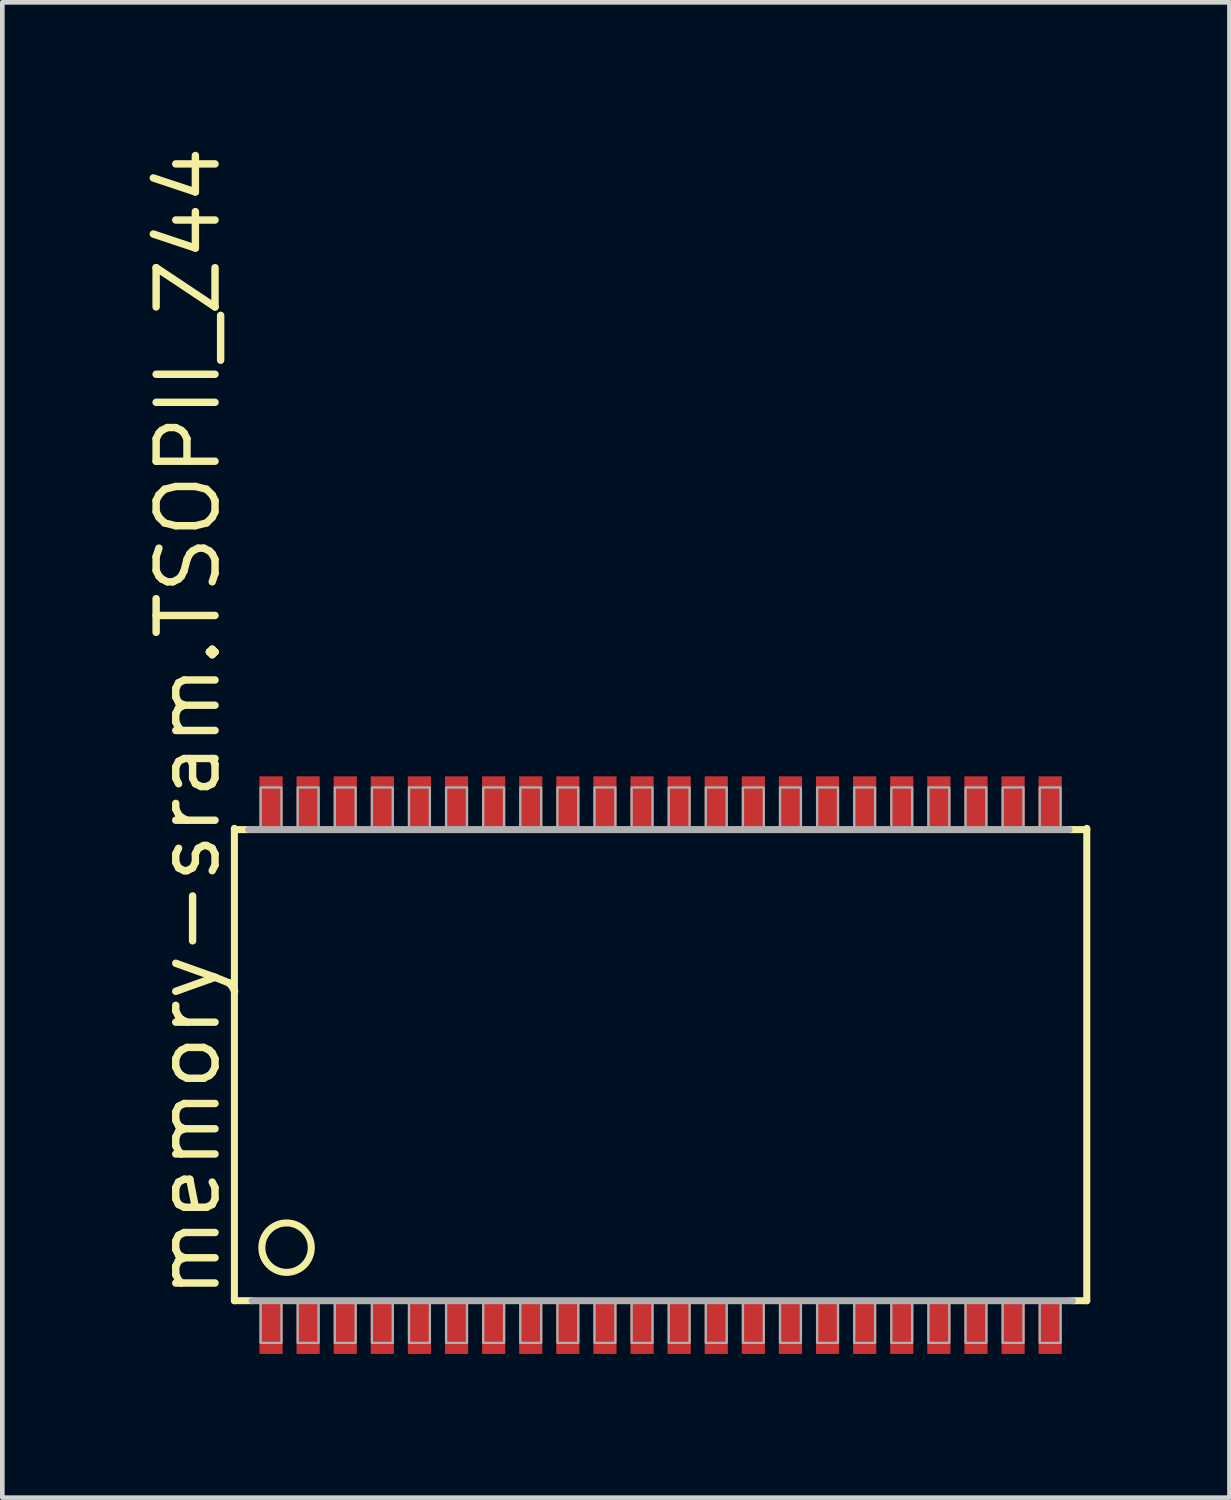
<source format=kicad_pcb>
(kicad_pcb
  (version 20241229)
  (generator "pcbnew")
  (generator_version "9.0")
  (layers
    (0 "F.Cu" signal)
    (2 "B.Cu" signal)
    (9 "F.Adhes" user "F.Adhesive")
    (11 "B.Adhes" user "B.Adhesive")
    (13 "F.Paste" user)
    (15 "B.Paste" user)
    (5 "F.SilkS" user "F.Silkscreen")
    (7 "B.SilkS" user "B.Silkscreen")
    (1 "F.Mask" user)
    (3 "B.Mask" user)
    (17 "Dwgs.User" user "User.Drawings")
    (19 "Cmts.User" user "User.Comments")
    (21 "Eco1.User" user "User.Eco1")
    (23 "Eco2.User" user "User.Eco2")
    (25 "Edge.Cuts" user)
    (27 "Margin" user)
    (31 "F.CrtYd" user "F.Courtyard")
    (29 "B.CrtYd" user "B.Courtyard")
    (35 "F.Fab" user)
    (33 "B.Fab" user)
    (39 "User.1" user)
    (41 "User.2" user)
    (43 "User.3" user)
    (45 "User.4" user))
  (footprint "memory-sram.TSOPII_Z44"
    (layer "F.Cu")
    (at 11.194 19.917)
    (property "Reference" "memory-sram.TSOPII_Z44" (at -9.444 5.105 90) (layer "F.SilkS") (effects (font (size 1.27 1.27) (thickness 0.16)) (justify left bottom)))
    (attr smd)
    (fp_rect (start -8.725 -4.975) (end -8.075 -6.3) (stroke (width 0.05) (type default)) (fill yes) (layer "F.Mask"))
    (fp_rect (start -8.725 6.3) (end -8.075 4.975) (stroke (width 0.05) (type default)) (fill yes) (layer "F.Mask"))
    (fp_rect (start -7.925 -4.975) (end -7.275 -6.3) (stroke (width 0.05) (type default)) (fill yes) (layer "F.Mask"))
    (fp_rect (start -7.925 6.3) (end -7.275 4.975) (stroke (width 0.05) (type default)) (fill yes) (layer "F.Mask"))
    (fp_rect (start -7.125 -4.975) (end -6.475 -6.3) (stroke (width 0.05) (type default)) (fill yes) (layer "F.Mask"))
    (fp_rect (start -7.125 6.3) (end -6.475 4.975) (stroke (width 0.05) (type default)) (fill yes) (layer "F.Mask"))
    (fp_rect (start -6.325 -4.975) (end -5.675 -6.3) (stroke (width 0.05) (type default)) (fill yes) (layer "F.Mask"))
    (fp_rect (start -6.325 6.3) (end -5.675 4.975) (stroke (width 0.05) (type default)) (fill yes) (layer "F.Mask"))
    (fp_rect (start -5.525 -4.975) (end -4.875 -6.3) (stroke (width 0.05) (type default)) (fill yes) (layer "F.Mask"))
    (fp_rect (start -5.525 6.3) (end -4.875 4.975) (stroke (width 0.05) (type default)) (fill yes) (layer "F.Mask"))
    (fp_rect (start -4.725 -4.975) (end -4.075 -6.3) (stroke (width 0.05) (type default)) (fill yes) (layer "F.Mask"))
    (fp_rect (start -4.725 6.3) (end -4.075 4.975) (stroke (width 0.05) (type default)) (fill yes) (layer "F.Mask"))
    (fp_rect (start -3.925 -4.975) (end -3.275 -6.3) (stroke (width 0.05) (type default)) (fill yes) (layer "F.Mask"))
    (fp_rect (start -3.925 6.3) (end -3.275 4.975) (stroke (width 0.05) (type default)) (fill yes) (layer "F.Mask"))
    (fp_rect (start -3.125 -4.975) (end -2.475 -6.3) (stroke (width 0.05) (type default)) (fill yes) (layer "F.Mask"))
    (fp_rect (start -3.125 6.3) (end -2.475 4.975) (stroke (width 0.05) (type default)) (fill yes) (layer "F.Mask"))
    (fp_rect (start -2.325 -4.975) (end -1.675 -6.3) (stroke (width 0.05) (type default)) (fill yes) (layer "F.Mask"))
    (fp_rect (start -2.325 6.3) (end -1.675 4.975) (stroke (width 0.05) (type default)) (fill yes) (layer "F.Mask"))
    (fp_rect (start -1.525 -4.975) (end -0.875 -6.3) (stroke (width 0.05) (type default)) (fill yes) (layer "F.Mask"))
    (fp_rect (start -1.525 6.3) (end -0.875 4.975) (stroke (width 0.05) (type default)) (fill yes) (layer "F.Mask"))
    (fp_rect (start -0.725 -4.975) (end -0.075 -6.3) (stroke (width 0.05) (type default)) (fill yes) (layer "F.Mask"))
    (fp_rect (start -0.725 6.3) (end -0.075 4.975) (stroke (width 0.05) (type default)) (fill yes) (layer "F.Mask"))
    (fp_rect (start 0.075 -4.975) (end 0.725 -6.3) (stroke (width 0.05) (type default)) (fill yes) (layer "F.Mask"))
    (fp_rect (start 0.075 6.3) (end 0.725 4.975) (stroke (width 0.05) (type default)) (fill yes) (layer "F.Mask"))
    (fp_rect (start 0.875 -4.975) (end 1.525 -6.3) (stroke (width 0.05) (type default)) (fill yes) (layer "F.Mask"))
    (fp_rect (start 0.875 6.3) (end 1.525 4.975) (stroke (width 0.05) (type default)) (fill yes) (layer "F.Mask"))
    (fp_rect (start 1.675 -4.975) (end 2.325 -6.3) (stroke (width 0.05) (type default)) (fill yes) (layer "F.Mask"))
    (fp_rect (start 1.675 6.3) (end 2.325 4.975) (stroke (width 0.05) (type default)) (fill yes) (layer "F.Mask"))
    (fp_rect (start 2.475 -4.975) (end 3.125 -6.3) (stroke (width 0.05) (type default)) (fill yes) (layer "F.Mask"))
    (fp_rect (start 2.475 6.3) (end 3.125 4.975) (stroke (width 0.05) (type default)) (fill yes) (layer "F.Mask"))
    (fp_rect (start 3.275 -4.975) (end 3.925 -6.3) (stroke (width 0.05) (type default)) (fill yes) (layer "F.Mask"))
    (fp_rect (start 3.275 6.3) (end 3.925 4.975) (stroke (width 0.05) (type default)) (fill yes) (layer "F.Mask"))
    (fp_rect (start 4.075 -4.975) (end 4.725 -6.3) (stroke (width 0.05) (type default)) (fill yes) (layer "F.Mask"))
    (fp_rect (start 4.075 6.3) (end 4.725 4.975) (stroke (width 0.05) (type default)) (fill yes) (layer "F.Mask"))
    (fp_rect (start 4.875 -4.975) (end 5.525 -6.3) (stroke (width 0.05) (type default)) (fill yes) (layer "F.Mask"))
    (fp_rect (start 4.875 6.3) (end 5.525 4.975) (stroke (width 0.05) (type default)) (fill yes) (layer "F.Mask"))
    (fp_rect (start 5.675 -4.975) (end 6.325 -6.3) (stroke (width 0.05) (type default)) (fill yes) (layer "F.Mask"))
    (fp_rect (start 5.675 6.3) (end 6.325 4.975) (stroke (width 0.05) (type default)) (fill yes) (layer "F.Mask"))
    (fp_rect (start 6.475 -4.975) (end 7.125 -6.3) (stroke (width 0.05) (type default)) (fill yes) (layer "F.Mask"))
    (fp_rect (start 6.475 6.3) (end 7.125 4.975) (stroke (width 0.05) (type default)) (fill yes) (layer "F.Mask"))
    (fp_rect (start 7.275 -4.975) (end 7.925 -6.3) (stroke (width 0.05) (type default)) (fill yes) (layer "F.Mask"))
    (fp_rect (start 7.275 6.3) (end 7.925 4.975) (stroke (width 0.05) (type default)) (fill yes) (layer "F.Mask"))
    (fp_rect (start 8.075 -4.975) (end 8.725 -6.3) (stroke (width 0.05) (type default)) (fill yes) (layer "F.Mask"))
    (fp_rect (start 8.075 6.3) (end 8.725 4.975) (stroke (width 0.05) (type default)) (fill yes) (layer "F.Mask"))
    (fp_line (start -9.19 -5.106) (end -9.19 5.079) (stroke (width 0.152) (type default)) (layer "F.SilkS"))
    (fp_line (start -9.19 5.079) (end -8.807 5.079) (stroke (width 0.152) (type default)) (layer "F.SilkS"))
    (fp_line (start -9.189 -5.079) (end -8.882 -5.079) (stroke (width 0.152) (type default)) (layer "F.SilkS"))
    (fp_line (start 9.189 5.079) (end 8.882 5.079) (stroke (width 0.152) (type default)) (layer "F.SilkS"))
    (fp_line (start 9.189 5.079) (end 9.189 -5.106) (stroke (width 0.152) (type default)) (layer "F.SilkS"))
    (fp_line (start 9.19 -5.079) (end 8.807 -5.079) (stroke (width 0.152) (type default)) (layer "F.SilkS"))
    (fp_circle (center -8.065 3.935) (end -7.532 3.935) (stroke (width 0.152) (type default)) (fill no) (layer "F.SilkS"))
    (fp_rect (start -8.625 -5.05) (end -8.175 -6.175) (stroke (width 0.05) (type default)) (fill yes) (layer "F.Paste"))
    (fp_rect (start -8.625 6.175) (end -8.175 5.05) (stroke (width 0.05) (type default)) (fill yes) (layer "F.Paste"))
    (fp_rect (start -7.825 -5.05) (end -7.375 -6.175) (stroke (width 0.05) (type default)) (fill yes) (layer "F.Paste"))
    (fp_rect (start -7.825 6.175) (end -7.375 5.05) (stroke (width 0.05) (type default)) (fill yes) (layer "F.Paste"))
    (fp_rect (start -7.025 -5.05) (end -6.575 -6.175) (stroke (width 0.05) (type default)) (fill yes) (layer "F.Paste"))
    (fp_rect (start -7.025 6.175) (end -6.575 5.05) (stroke (width 0.05) (type default)) (fill yes) (layer "F.Paste"))
    (fp_rect (start -6.225 -5.05) (end -5.775 -6.175) (stroke (width 0.05) (type default)) (fill yes) (layer "F.Paste"))
    (fp_rect (start -6.225 6.175) (end -5.775 5.05) (stroke (width 0.05) (type default)) (fill yes) (layer "F.Paste"))
    (fp_rect (start -5.425 -5.05) (end -4.975 -6.175) (stroke (width 0.05) (type default)) (fill yes) (layer "F.Paste"))
    (fp_rect (start -5.425 6.175) (end -4.975 5.05) (stroke (width 0.05) (type default)) (fill yes) (layer "F.Paste"))
    (fp_rect (start -4.625 -5.05) (end -4.175 -6.175) (stroke (width 0.05) (type default)) (fill yes) (layer "F.Paste"))
    (fp_rect (start -4.625 6.175) (end -4.175 5.05) (stroke (width 0.05) (type default)) (fill yes) (layer "F.Paste"))
    (fp_rect (start -3.825 -5.05) (end -3.375 -6.175) (stroke (width 0.05) (type default)) (fill yes) (layer "F.Paste"))
    (fp_rect (start -3.825 6.175) (end -3.375 5.05) (stroke (width 0.05) (type default)) (fill yes) (layer "F.Paste"))
    (fp_rect (start -3.025 -5.05) (end -2.575 -6.175) (stroke (width 0.05) (type default)) (fill yes) (layer "F.Paste"))
    (fp_rect (start -3.025 6.175) (end -2.575 5.05) (stroke (width 0.05) (type default)) (fill yes) (layer "F.Paste"))
    (fp_rect (start -2.225 -5.05) (end -1.775 -6.175) (stroke (width 0.05) (type default)) (fill yes) (layer "F.Paste"))
    (fp_rect (start -2.225 6.175) (end -1.775 5.05) (stroke (width 0.05) (type default)) (fill yes) (layer "F.Paste"))
    (fp_rect (start -1.425 -5.05) (end -0.975 -6.175) (stroke (width 0.05) (type default)) (fill yes) (layer "F.Paste"))
    (fp_rect (start -1.425 6.175) (end -0.975 5.05) (stroke (width 0.05) (type default)) (fill yes) (layer "F.Paste"))
    (fp_rect (start -0.625 -5.05) (end -0.175 -6.175) (stroke (width 0.05) (type default)) (fill yes) (layer "F.Paste"))
    (fp_rect (start -0.625 6.175) (end -0.175 5.05) (stroke (width 0.05) (type default)) (fill yes) (layer "F.Paste"))
    (fp_rect (start 0.175 -5.05) (end 0.625 -6.175) (stroke (width 0.05) (type default)) (fill yes) (layer "F.Paste"))
    (fp_rect (start 0.175 6.175) (end 0.625 5.05) (stroke (width 0.05) (type default)) (fill yes) (layer "F.Paste"))
    (fp_rect (start 0.975 -5.05) (end 1.425 -6.175) (stroke (width 0.05) (type default)) (fill yes) (layer "F.Paste"))
    (fp_rect (start 0.975 6.175) (end 1.425 5.05) (stroke (width 0.05) (type default)) (fill yes) (layer "F.Paste"))
    (fp_rect (start 1.775 -5.05) (end 2.225 -6.175) (stroke (width 0.05) (type default)) (fill yes) (layer "F.Paste"))
    (fp_rect (start 1.775 6.175) (end 2.225 5.05) (stroke (width 0.05) (type default)) (fill yes) (layer "F.Paste"))
    (fp_rect (start 2.575 -5.05) (end 3.025 -6.175) (stroke (width 0.05) (type default)) (fill yes) (layer "F.Paste"))
    (fp_rect (start 2.575 6.175) (end 3.025 5.05) (stroke (width 0.05) (type default)) (fill yes) (layer "F.Paste"))
    (fp_rect (start 3.375 -5.05) (end 3.825 -6.175) (stroke (width 0.05) (type default)) (fill yes) (layer "F.Paste"))
    (fp_rect (start 3.375 6.175) (end 3.825 5.05) (stroke (width 0.05) (type default)) (fill yes) (layer "F.Paste"))
    (fp_rect (start 4.175 -5.05) (end 4.625 -6.175) (stroke (width 0.05) (type default)) (fill yes) (layer "F.Paste"))
    (fp_rect (start 4.175 6.175) (end 4.625 5.05) (stroke (width 0.05) (type default)) (fill yes) (layer "F.Paste"))
    (fp_rect (start 4.975 -5.05) (end 5.425 -6.175) (stroke (width 0.05) (type default)) (fill yes) (layer "F.Paste"))
    (fp_rect (start 4.975 6.175) (end 5.425 5.05) (stroke (width 0.05) (type default)) (fill yes) (layer "F.Paste"))
    (fp_rect (start 5.775 -5.05) (end 6.225 -6.175) (stroke (width 0.05) (type default)) (fill yes) (layer "F.Paste"))
    (fp_rect (start 5.775 6.175) (end 6.225 5.05) (stroke (width 0.05) (type default)) (fill yes) (layer "F.Paste"))
    (fp_rect (start 6.575 -5.05) (end 7.025 -6.175) (stroke (width 0.05) (type default)) (fill yes) (layer "F.Paste"))
    (fp_rect (start 6.575 6.175) (end 7.025 5.05) (stroke (width 0.05) (type default)) (fill yes) (layer "F.Paste"))
    (fp_rect (start 7.375 -5.05) (end 7.825 -6.175) (stroke (width 0.05) (type default)) (fill yes) (layer "F.Paste"))
    (fp_rect (start 7.375 6.175) (end 7.825 5.05) (stroke (width 0.05) (type default)) (fill yes) (layer "F.Paste"))
    (fp_rect (start 8.175 -5.05) (end 8.625 -6.175) (stroke (width 0.05) (type default)) (fill yes) (layer "F.Paste"))
    (fp_rect (start 8.175 6.175) (end 8.625 5.05) (stroke (width 0.05) (type default)) (fill yes) (layer "F.Paste"))
    (fp_line (start -8.807 5.079) (end 8.882 5.079) (stroke (width 0.152) (type default)) (layer "F.Fab"))
    (fp_line (start 8.807 -5.079) (end -8.882 -5.079) (stroke (width 0.152) (type default)) (layer "F.Fab"))
    (fp_rect (start -8.625 -5.1) (end -8.175 -5.988) (stroke (width 0.05) (type default)) (fill no) (layer "F.Fab"))
    (fp_rect (start -8.625 5.988) (end -8.175 5.1) (stroke (width 0.05) (type default)) (fill no) (layer "F.Fab"))
    (fp_rect (start -7.825 -5.1) (end -7.375 -5.988) (stroke (width 0.05) (type default)) (fill no) (layer "F.Fab"))
    (fp_rect (start -7.825 5.988) (end -7.375 5.1) (stroke (width 0.05) (type default)) (fill no) (layer "F.Fab"))
    (fp_rect (start -7.025 -5.1) (end -6.575 -5.988) (stroke (width 0.05) (type default)) (fill no) (layer "F.Fab"))
    (fp_rect (start -7.025 5.988) (end -6.575 5.1) (stroke (width 0.05) (type default)) (fill no) (layer "F.Fab"))
    (fp_rect (start -6.225 -5.1) (end -5.775 -5.988) (stroke (width 0.05) (type default)) (fill no) (layer "F.Fab"))
    (fp_rect (start -6.225 5.988) (end -5.775 5.1) (stroke (width 0.05) (type default)) (fill no) (layer "F.Fab"))
    (fp_rect (start -5.425 -5.1) (end -4.975 -5.988) (stroke (width 0.05) (type default)) (fill no) (layer "F.Fab"))
    (fp_rect (start -5.425 5.988) (end -4.975 5.1) (stroke (width 0.05) (type default)) (fill no) (layer "F.Fab"))
    (fp_rect (start -4.625 -5.1) (end -4.175 -5.988) (stroke (width 0.05) (type default)) (fill no) (layer "F.Fab"))
    (fp_rect (start -4.625 5.988) (end -4.175 5.1) (stroke (width 0.05) (type default)) (fill no) (layer "F.Fab"))
    (fp_rect (start -3.825 -5.1) (end -3.375 -5.988) (stroke (width 0.05) (type default)) (fill no) (layer "F.Fab"))
    (fp_rect (start -3.825 5.988) (end -3.375 5.1) (stroke (width 0.05) (type default)) (fill no) (layer "F.Fab"))
    (fp_rect (start -3.025 -5.1) (end -2.575 -5.988) (stroke (width 0.05) (type default)) (fill no) (layer "F.Fab"))
    (fp_rect (start -3.025 5.988) (end -2.575 5.1) (stroke (width 0.05) (type default)) (fill no) (layer "F.Fab"))
    (fp_rect (start -2.225 -5.1) (end -1.775 -5.988) (stroke (width 0.05) (type default)) (fill no) (layer "F.Fab"))
    (fp_rect (start -2.225 5.988) (end -1.775 5.1) (stroke (width 0.05) (type default)) (fill no) (layer "F.Fab"))
    (fp_rect (start -1.425 -5.1) (end -0.975 -5.988) (stroke (width 0.05) (type default)) (fill no) (layer "F.Fab"))
    (fp_rect (start -1.425 5.988) (end -0.975 5.1) (stroke (width 0.05) (type default)) (fill no) (layer "F.Fab"))
    (fp_rect (start -0.625 -5.1) (end -0.175 -5.988) (stroke (width 0.05) (type default)) (fill no) (layer "F.Fab"))
    (fp_rect (start -0.625 5.988) (end -0.175 5.1) (stroke (width 0.05) (type default)) (fill no) (layer "F.Fab"))
    (fp_rect (start 0.175 -5.1) (end 0.625 -5.988) (stroke (width 0.05) (type default)) (fill no) (layer "F.Fab"))
    (fp_rect (start 0.175 5.988) (end 0.625 5.1) (stroke (width 0.05) (type default)) (fill no) (layer "F.Fab"))
    (fp_rect (start 0.975 -5.1) (end 1.425 -5.988) (stroke (width 0.05) (type default)) (fill no) (layer "F.Fab"))
    (fp_rect (start 0.975 5.988) (end 1.425 5.1) (stroke (width 0.05) (type default)) (fill no) (layer "F.Fab"))
    (fp_rect (start 1.775 -5.1) (end 2.225 -5.988) (stroke (width 0.05) (type default)) (fill no) (layer "F.Fab"))
    (fp_rect (start 1.775 5.988) (end 2.225 5.1) (stroke (width 0.05) (type default)) (fill no) (layer "F.Fab"))
    (fp_rect (start 2.575 -5.1) (end 3.025 -5.988) (stroke (width 0.05) (type default)) (fill no) (layer "F.Fab"))
    (fp_rect (start 2.575 5.988) (end 3.025 5.1) (stroke (width 0.05) (type default)) (fill no) (layer "F.Fab"))
    (fp_rect (start 3.375 -5.1) (end 3.825 -5.988) (stroke (width 0.05) (type default)) (fill no) (layer "F.Fab"))
    (fp_rect (start 3.375 5.988) (end 3.825 5.1) (stroke (width 0.05) (type default)) (fill no) (layer "F.Fab"))
    (fp_rect (start 4.175 -5.1) (end 4.625 -5.988) (stroke (width 0.05) (type default)) (fill no) (layer "F.Fab"))
    (fp_rect (start 4.175 5.988) (end 4.625 5.1) (stroke (width 0.05) (type default)) (fill no) (layer "F.Fab"))
    (fp_rect (start 4.975 -5.1) (end 5.425 -5.988) (stroke (width 0.05) (type default)) (fill no) (layer "F.Fab"))
    (fp_rect (start 4.975 5.988) (end 5.425 5.1) (stroke (width 0.05) (type default)) (fill no) (layer "F.Fab"))
    (fp_rect (start 5.775 -5.1) (end 6.225 -5.988) (stroke (width 0.05) (type default)) (fill no) (layer "F.Fab"))
    (fp_rect (start 5.775 5.988) (end 6.225 5.1) (stroke (width 0.05) (type default)) (fill no) (layer "F.Fab"))
    (fp_rect (start 6.575 -5.1) (end 7.025 -5.988) (stroke (width 0.05) (type default)) (fill no) (layer "F.Fab"))
    (fp_rect (start 6.575 5.988) (end 7.025 5.1) (stroke (width 0.05) (type default)) (fill no) (layer "F.Fab"))
    (fp_rect (start 7.375 -5.1) (end 7.825 -5.988) (stroke (width 0.05) (type default)) (fill no) (layer "F.Fab"))
    (fp_rect (start 7.375 5.988) (end 7.825 5.1) (stroke (width 0.05) (type default)) (fill no) (layer "F.Fab"))
    (fp_rect (start 8.175 -5.1) (end 8.625 -5.988) (stroke (width 0.05) (type default)) (fill no) (layer "F.Fab"))
    (fp_rect (start 8.175 5.988) (end 8.625 5.1) (stroke (width 0.05) (type default)) (fill no) (layer "F.Fab"))
    (pad "1" smd roundrect (at -8.4 5.627) (size 0.5 1.2) (layers "F.Cu" "F.Mask" "F.Paste") (roundrect_rratio 0.01))
    (pad "2" smd roundrect (at -7.6 5.627) (size 0.5 1.2) (layers "F.Cu" "F.Mask" "F.Paste") (roundrect_rratio 0.01))
    (pad "3" smd roundrect (at -6.8 5.627) (size 0.5 1.2) (layers "F.Cu" "F.Mask" "F.Paste") (roundrect_rratio 0.01))
    (pad "4" smd roundrect (at -6 5.627) (size 0.5 1.2) (layers "F.Cu" "F.Mask" "F.Paste") (roundrect_rratio 0.01))
    (pad "5" smd roundrect (at -5.2 5.627) (size 0.5 1.2) (layers "F.Cu" "F.Mask" "F.Paste") (roundrect_rratio 0.01))
    (pad "6" smd roundrect (at -4.4 5.627) (size 0.5 1.2) (layers "F.Cu" "F.Mask" "F.Paste") (roundrect_rratio 0.01))
    (pad "7" smd roundrect (at -3.6 5.627) (size 0.5 1.2) (layers "F.Cu" "F.Mask" "F.Paste") (roundrect_rratio 0.01))
    (pad "8" smd roundrect (at -2.8 5.627) (size 0.5 1.2) (layers "F.Cu" "F.Mask" "F.Paste") (roundrect_rratio 0.01))
    (pad "9" smd roundrect (at -2 5.627) (size 0.5 1.2) (layers "F.Cu" "F.Mask" "F.Paste") (roundrect_rratio 0.01))
    (pad "10" smd roundrect (at -1.2 5.627) (size 0.5 1.2) (layers "F.Cu" "F.Mask" "F.Paste") (roundrect_rratio 0.01))
    (pad "11" smd roundrect (at -0.4 5.627) (size 0.5 1.2) (layers "F.Cu" "F.Mask" "F.Paste") (roundrect_rratio 0.01))
    (pad "12" smd roundrect (at 0.4 5.627) (size 0.5 1.2) (layers "F.Cu" "F.Mask" "F.Paste") (roundrect_rratio 0.01))
    (pad "13" smd roundrect (at 1.2 5.627) (size 0.5 1.2) (layers "F.Cu" "F.Mask" "F.Paste") (roundrect_rratio 0.01))
    (pad "14" smd roundrect (at 2 5.627) (size 0.5 1.2) (layers "F.Cu" "F.Mask" "F.Paste") (roundrect_rratio 0.01))
    (pad "15" smd roundrect (at 2.8 5.627) (size 0.5 1.2) (layers "F.Cu" "F.Mask" "F.Paste") (roundrect_rratio 0.01))
    (pad "16" smd roundrect (at 3.6 5.627) (size 0.5 1.2) (layers "F.Cu" "F.Mask" "F.Paste") (roundrect_rratio 0.01))
    (pad "17" smd roundrect (at 4.4 5.627) (size 0.5 1.2) (layers "F.Cu" "F.Mask" "F.Paste") (roundrect_rratio 0.01))
    (pad "18" smd roundrect (at 5.2 5.627) (size 0.5 1.2) (layers "F.Cu" "F.Mask" "F.Paste") (roundrect_rratio 0.01))
    (pad "19" smd roundrect (at 6 5.627) (size 0.5 1.2) (layers "F.Cu" "F.Mask" "F.Paste") (roundrect_rratio 0.01))
    (pad "20" smd roundrect (at 6.8 5.627) (size 0.5 1.2) (layers "F.Cu" "F.Mask" "F.Paste") (roundrect_rratio 0.01))
    (pad "21" smd roundrect (at 7.6 5.627) (size 0.5 1.2) (layers "F.Cu" "F.Mask" "F.Paste") (roundrect_rratio 0.01))
    (pad "22" smd roundrect (at 8.4 5.627) (size 0.5 1.2) (layers "F.Cu" "F.Mask" "F.Paste") (roundrect_rratio 0.01))
    (pad "23" smd roundrect (at 8.4 -5.627 180) (size 0.5 1.2) (layers "F.Cu" "F.Mask" "F.Paste") (roundrect_rratio 0.01))
    (pad "24" smd roundrect (at 7.6 -5.627 180) (size 0.5 1.2) (layers "F.Cu" "F.Mask" "F.Paste") (roundrect_rratio 0.01))
    (pad "25" smd roundrect (at 6.8 -5.627 180) (size 0.5 1.2) (layers "F.Cu" "F.Mask" "F.Paste") (roundrect_rratio 0.01))
    (pad "26" smd roundrect (at 6 -5.627 180) (size 0.5 1.2) (layers "F.Cu" "F.Mask" "F.Paste") (roundrect_rratio 0.01))
    (pad "27" smd roundrect (at 5.2 -5.627 180) (size 0.5 1.2) (layers "F.Cu" "F.Mask" "F.Paste") (roundrect_rratio 0.01))
    (pad "28" smd roundrect (at 4.4 -5.627 180) (size 0.5 1.2) (layers "F.Cu" "F.Mask" "F.Paste") (roundrect_rratio 0.01))
    (pad "29" smd roundrect (at 3.6 -5.627 180) (size 0.5 1.2) (layers "F.Cu" "F.Mask" "F.Paste") (roundrect_rratio 0.01))
    (pad "30" smd roundrect (at 2.8 -5.627 180) (size 0.5 1.2) (layers "F.Cu" "F.Mask" "F.Paste") (roundrect_rratio 0.01))
    (pad "31" smd roundrect (at 2 -5.627 180) (size 0.5 1.2) (layers "F.Cu" "F.Mask" "F.Paste") (roundrect_rratio 0.01))
    (pad "32" smd roundrect (at 1.2 -5.627 180) (size 0.5 1.2) (layers "F.Cu" "F.Mask" "F.Paste") (roundrect_rratio 0.01))
    (pad "33" smd roundrect (at 0.4 -5.627 180) (size 0.5 1.2) (layers "F.Cu" "F.Mask" "F.Paste") (roundrect_rratio 0.01))
    (pad "34" smd roundrect (at -0.4 -5.627 180) (size 0.5 1.2) (layers "F.Cu" "F.Mask" "F.Paste") (roundrect_rratio 0.01))
    (pad "35" smd roundrect (at -1.2 -5.627 180) (size 0.5 1.2) (layers "F.Cu" "F.Mask" "F.Paste") (roundrect_rratio 0.01))
    (pad "36" smd roundrect (at -2 -5.627 180) (size 0.5 1.2) (layers "F.Cu" "F.Mask" "F.Paste") (roundrect_rratio 0.01))
    (pad "37" smd roundrect (at -2.8 -5.627 180) (size 0.5 1.2) (layers "F.Cu" "F.Mask" "F.Paste") (roundrect_rratio 0.01))
    (pad "38" smd roundrect (at -3.6 -5.627 180) (size 0.5 1.2) (layers "F.Cu" "F.Mask" "F.Paste") (roundrect_rratio 0.01))
    (pad "39" smd roundrect (at -4.4 -5.627 180) (size 0.5 1.2) (layers "F.Cu" "F.Mask" "F.Paste") (roundrect_rratio 0.01))
    (pad "40" smd roundrect (at -5.2 -5.627 180) (size 0.5 1.2) (layers "F.Cu" "F.Mask" "F.Paste") (roundrect_rratio 0.01))
    (pad "41" smd roundrect (at -6 -5.627 180) (size 0.5 1.2) (layers "F.Cu" "F.Mask" "F.Paste") (roundrect_rratio 0.01))
    (pad "42" smd roundrect (at -6.8 -5.627 180) (size 0.5 1.2) (layers "F.Cu" "F.Mask" "F.Paste") (roundrect_rratio 0.01))
    (pad "43" smd roundrect (at -7.6 -5.627 180) (size 0.5 1.2) (layers "F.Cu" "F.Mask" "F.Paste") (roundrect_rratio 0.01))
    (pad "44" smd roundrect (at -8.4 -5.627 180) (size 0.5 1.2) (layers "F.Cu" "F.Mask" "F.Paste") (roundrect_rratio 0.01)))
  (gr_rect
    (start -3 -3)
    (end 23.46 29.242)
    (stroke (width 0.1) (type default))
    (fill no)
    (layer "Edge.Cuts")))
</source>
